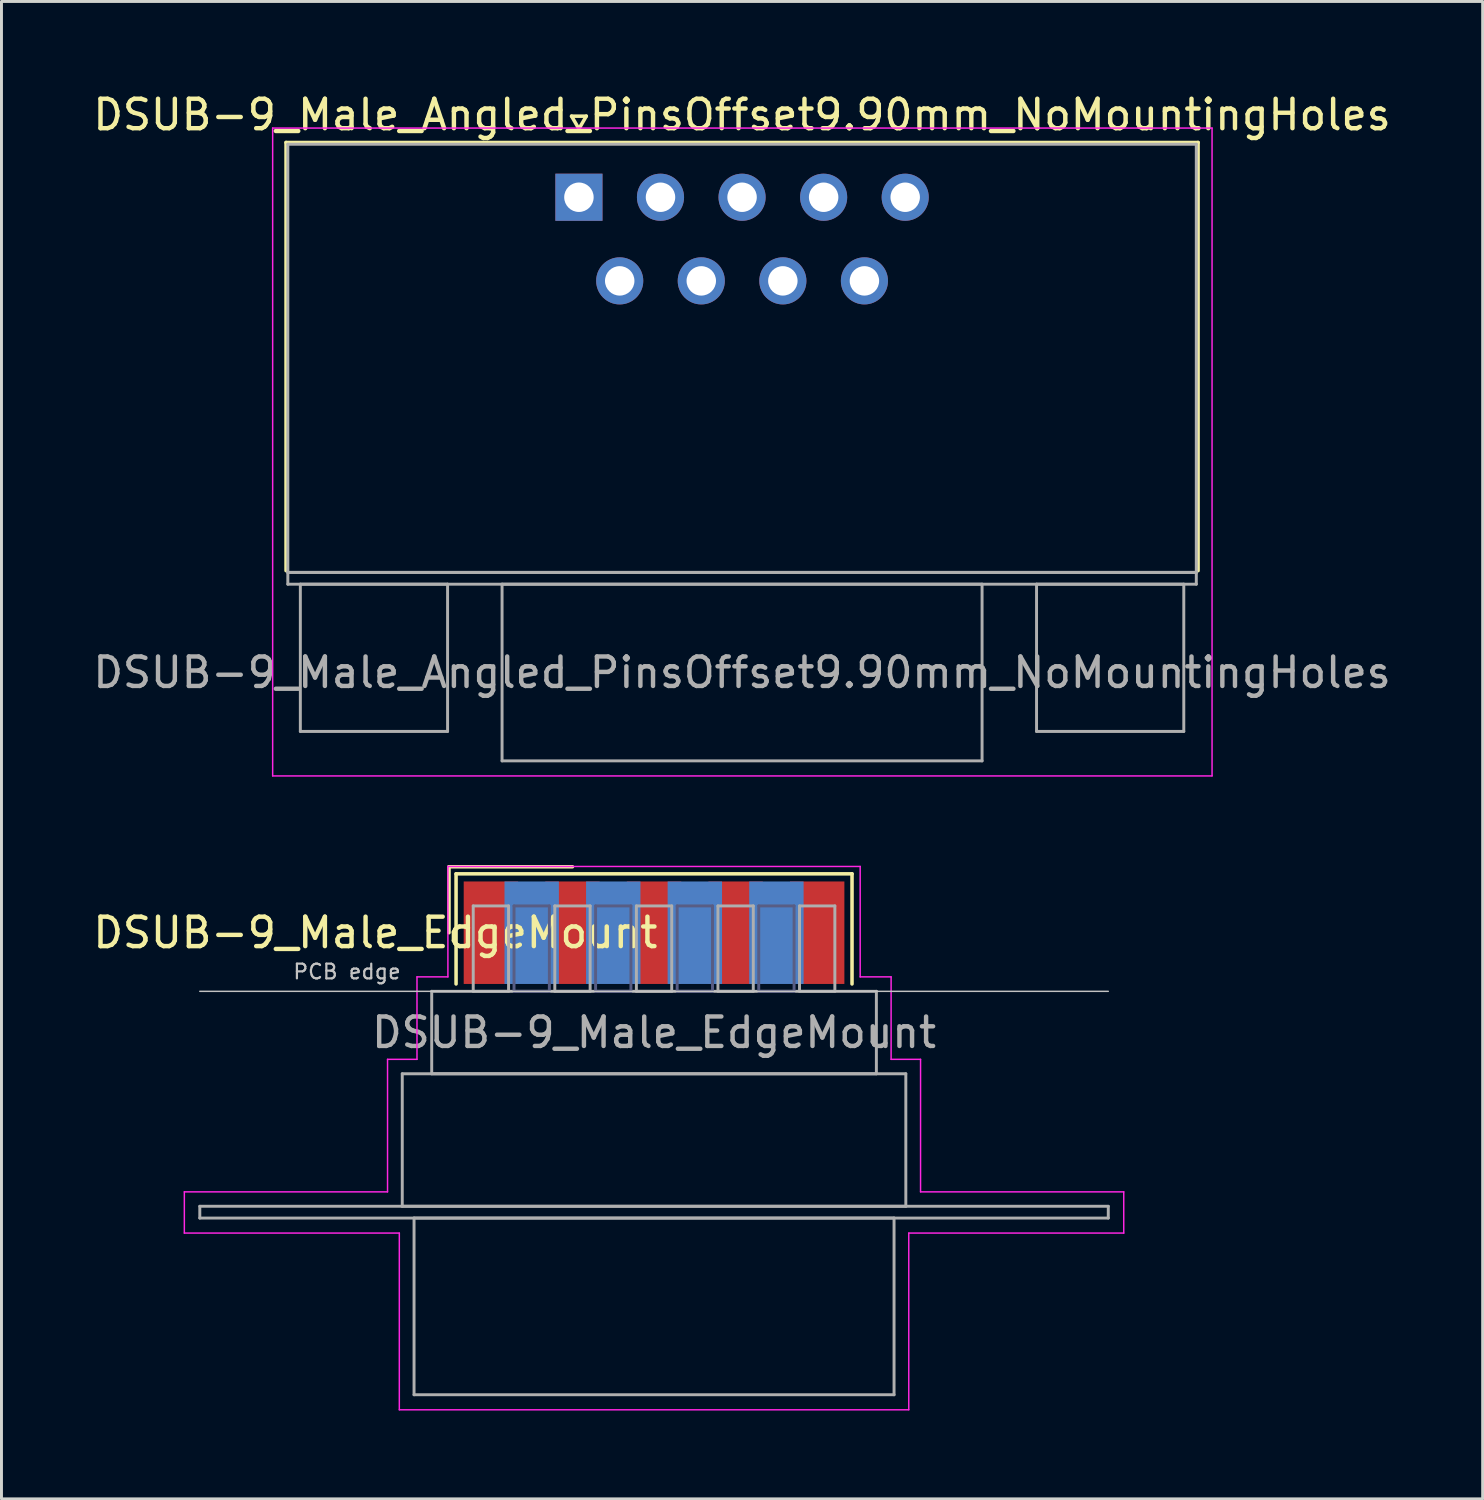
<source format=kicad_pcb>
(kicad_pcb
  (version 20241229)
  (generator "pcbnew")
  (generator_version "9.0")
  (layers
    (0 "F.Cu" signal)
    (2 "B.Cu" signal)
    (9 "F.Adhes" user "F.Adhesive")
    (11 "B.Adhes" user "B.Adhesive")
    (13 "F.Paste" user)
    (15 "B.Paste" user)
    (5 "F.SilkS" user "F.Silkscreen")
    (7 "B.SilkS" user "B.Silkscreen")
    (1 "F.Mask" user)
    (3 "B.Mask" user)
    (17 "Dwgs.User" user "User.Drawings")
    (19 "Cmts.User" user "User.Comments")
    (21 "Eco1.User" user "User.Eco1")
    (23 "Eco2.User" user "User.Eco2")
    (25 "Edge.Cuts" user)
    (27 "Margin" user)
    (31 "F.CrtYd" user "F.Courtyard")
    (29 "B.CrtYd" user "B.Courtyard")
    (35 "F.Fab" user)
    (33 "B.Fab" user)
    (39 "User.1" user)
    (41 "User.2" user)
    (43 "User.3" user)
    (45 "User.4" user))
  (footprint "DSUB-9_Male_Angled_PinsOffset9.90mm_NoMountingHoles"
    (layer "F.Cu")
    (at 16.609 3.648)
    (property "Reference" "DSUB-9_Male_Angled_PinsOffset9.90mm_NoMountingHoles" (at 5.54 -2.8 0) (layer "F.SilkS") (effects (font (size 1 1) (thickness 0.15))))
    (attr through_hole)
    (fp_line (start -9.945 -1.86) (end 21.025 -1.86) (stroke (width 0.12) (type solid)) (layer "F.SilkS"))
    (fp_line (start -9.945 12.68) (end -9.945 -1.86) (stroke (width 0.12) (type solid)) (layer "F.SilkS"))
    (fp_line (start -0.25 -2.754) (end 0.25 -2.754) (stroke (width 0.12) (type solid)) (layer "F.SilkS"))
    (fp_line (start 0 -2.321) (end -0.25 -2.754) (stroke (width 0.12) (type solid)) (layer "F.SilkS"))
    (fp_line (start 0.25 -2.754) (end 0 -2.321) (stroke (width 0.12) (type solid)) (layer "F.SilkS"))
    (fp_line (start 21.025 -1.86) (end 21.025 12.68) (stroke (width 0.12) (type solid)) (layer "F.SilkS"))
    (fp_line (start -10.4 -2.35) (end -10.4 19.65) (stroke (width 0.05) (type solid)) (layer "F.CrtYd"))
    (fp_line (start -10.4 19.65) (end 21.5 19.65) (stroke (width 0.05) (type solid)) (layer "F.CrtYd"))
    (fp_line (start 21.5 -2.35) (end -10.4 -2.35) (stroke (width 0.05) (type solid)) (layer "F.CrtYd"))
    (fp_line (start 21.5 19.65) (end 21.5 -2.35) (stroke (width 0.05) (type solid)) (layer "F.CrtYd"))
    (fp_line (start -9.885 -1.8) (end -9.885 12.74) (stroke (width 0.1) (type solid)) (layer "F.Fab"))
    (fp_line (start -9.885 12.74) (end -9.885 13.14) (stroke (width 0.1) (type solid)) (layer "F.Fab"))
    (fp_line (start -9.885 12.74) (end 20.965 12.74) (stroke (width 0.1) (type solid)) (layer "F.Fab"))
    (fp_line (start -9.885 13.14) (end 20.965 13.14) (stroke (width 0.1) (type solid)) (layer "F.Fab"))
    (fp_line (start -9.46 13.14) (end -9.46 18.14) (stroke (width 0.1) (type solid)) (layer "F.Fab"))
    (fp_line (start -9.46 18.14) (end -4.46 18.14) (stroke (width 0.1) (type solid)) (layer "F.Fab"))
    (fp_line (start -4.46 13.14) (end -9.46 13.14) (stroke (width 0.1) (type solid)) (layer "F.Fab"))
    (fp_line (start -4.46 18.14) (end -4.46 13.14) (stroke (width 0.1) (type solid)) (layer "F.Fab"))
    (fp_line (start -2.61 13.14) (end -2.61 19.14) (stroke (width 0.1) (type solid)) (layer "F.Fab"))
    (fp_line (start -2.61 19.14) (end 13.69 19.14) (stroke (width 0.1) (type solid)) (layer "F.Fab"))
    (fp_line (start 13.69 13.14) (end -2.61 13.14) (stroke (width 0.1) (type solid)) (layer "F.Fab"))
    (fp_line (start 13.69 19.14) (end 13.69 13.14) (stroke (width 0.1) (type solid)) (layer "F.Fab"))
    (fp_line (start 15.54 13.14) (end 15.54 18.14) (stroke (width 0.1) (type solid)) (layer "F.Fab"))
    (fp_line (start 15.54 18.14) (end 20.54 18.14) (stroke (width 0.1) (type solid)) (layer "F.Fab"))
    (fp_line (start 20.54 13.14) (end 15.54 13.14) (stroke (width 0.1) (type solid)) (layer "F.Fab"))
    (fp_line (start 20.54 18.14) (end 20.54 13.14) (stroke (width 0.1) (type solid)) (layer "F.Fab"))
    (fp_line (start 20.965 -1.8) (end -9.885 -1.8) (stroke (width 0.1) (type solid)) (layer "F.Fab"))
    (fp_line (start 20.965 12.74) (end -9.885 12.74) (stroke (width 0.1) (type solid)) (layer "F.Fab"))
    (fp_line (start 20.965 12.74) (end 20.965 -1.8) (stroke (width 0.1) (type solid)) (layer "F.Fab"))
    (fp_line (start 20.965 13.14) (end 20.965 12.74) (stroke (width 0.1) (type solid)) (layer "F.Fab"))
    (fp_text user "${REFERENCE}" (at 5.54 16.14 0) (layer "F.Fab") (effects (font (size 1 1) (thickness 0.15))))
    (pad "1" thru_hole rect (at 0 0) (size 1.6 1.6) (drill 1) (layers "*.Cu" "*.Mask"))
    (pad "2" thru_hole circle (at 2.77 0) (size 1.6 1.6) (drill 1) (layers "*.Cu" "*.Mask"))
    (pad "3" thru_hole circle (at 5.54 0) (size 1.6 1.6) (drill 1) (layers "*.Cu" "*.Mask"))
    (pad "4" thru_hole circle (at 8.31 0) (size 1.6 1.6) (drill 1) (layers "*.Cu" "*.Mask"))
    (pad "5" thru_hole circle (at 11.08 0) (size 1.6 1.6) (drill 1) (layers "*.Cu" "*.Mask"))
    (pad "6" thru_hole circle (at 1.385 2.84) (size 1.6 1.6) (drill 1) (layers "*.Cu" "*.Mask"))
    (pad "7" thru_hole circle (at 4.155 2.84) (size 1.6 1.6) (drill 1) (layers "*.Cu" "*.Mask"))
    (pad "8" thru_hole circle (at 6.925 2.84) (size 1.6 1.6) (drill 1) (layers "*.Cu" "*.Mask"))
    (pad "9" thru_hole circle (at 9.695 2.84) (size 1.6 1.6) (drill 1) (layers "*.Cu" "*.Mask")))
  (footprint "DSUB-9_Male_EdgeMount"
    (layer "F.Cu")
    (at 19.16 28.623)
    (property "Reference" "DSUB-9_Male_EdgeMount" (at -9.463 0 0) (layer "F.SilkS") (effects (font (size 1 1) (thickness 0.15))))
    (attr smd)
    (fp_line (start -6.963 -2.24) (end -2.77 -2.24) (stroke (width 0.12) (type solid)) (layer "F.SilkS"))
    (fp_line (start -6.963 0) (end -6.963 -2.24) (stroke (width 0.12) (type solid)) (layer "F.SilkS"))
    (fp_line (start -6.723 -2) (end -6.723 1.74) (stroke (width 0.12) (type solid)) (layer "F.SilkS"))
    (fp_line (start 6.723 -2) (end -6.723 -2) (stroke (width 0.12) (type solid)) (layer "F.SilkS"))
    (fp_line (start 6.723 1.74) (end 6.723 -2) (stroke (width 0.12) (type solid)) (layer "F.SilkS"))
    (fp_line (start -15.425 1.99) (end 15.425 1.99) (stroke (width 0.05) (type solid)) (layer "Dwgs.User"))
    (fp_line (start -15.95 8.8) (end -9.05 8.8) (stroke (width 0.05) (type solid)) (layer "F.CrtYd"))
    (fp_line (start -15.95 10.2) (end -15.95 8.8) (stroke (width 0.05) (type solid)) (layer "F.CrtYd"))
    (fp_line (start -9.05 4.3) (end -8.05 4.3) (stroke (width 0.05) (type solid)) (layer "F.CrtYd"))
    (fp_line (start -9.05 8.8) (end -9.05 4.3) (stroke (width 0.05) (type solid)) (layer "F.CrtYd"))
    (fp_line (start -8.65 10.2) (end -15.95 10.2) (stroke (width 0.05) (type solid)) (layer "F.CrtYd"))
    (fp_line (start -8.65 16.2) (end -8.65 10.2) (stroke (width 0.05) (type solid)) (layer "F.CrtYd"))
    (fp_line (start -8.05 1.5) (end -7 1.5) (stroke (width 0.05) (type solid)) (layer "F.CrtYd"))
    (fp_line (start -8.05 4.3) (end -8.05 1.5) (stroke (width 0.05) (type solid)) (layer "F.CrtYd"))
    (fp_line (start -7 -2.25) (end 7 -2.25) (stroke (width 0.05) (type solid)) (layer "F.CrtYd"))
    (fp_line (start -7 1.5) (end -7 -2.25) (stroke (width 0.05) (type solid)) (layer "F.CrtYd"))
    (fp_line (start 7 -2.25) (end 7 1.5) (stroke (width 0.05) (type solid)) (layer "F.CrtYd"))
    (fp_line (start 7 1.5) (end 8.05 1.5) (stroke (width 0.05) (type solid)) (layer "F.CrtYd"))
    (fp_line (start 8.05 1.5) (end 8.05 4.3) (stroke (width 0.05) (type solid)) (layer "F.CrtYd"))
    (fp_line (start 8.05 4.3) (end 9.05 4.3) (stroke (width 0.05) (type solid)) (layer "F.CrtYd"))
    (fp_line (start 8.65 10.2) (end 8.65 16.2) (stroke (width 0.05) (type solid)) (layer "F.CrtYd"))
    (fp_line (start 8.65 16.2) (end -8.65 16.2) (stroke (width 0.05) (type solid)) (layer "F.CrtYd"))
    (fp_line (start 9.05 4.3) (end 9.05 8.8) (stroke (width 0.05) (type solid)) (layer "F.CrtYd"))
    (fp_line (start 9.05 8.8) (end 15.95 8.8) (stroke (width 0.05) (type solid)) (layer "F.CrtYd"))
    (fp_line (start 15.95 8.8) (end 15.95 10.2) (stroke (width 0.05) (type solid)) (layer "F.CrtYd"))
    (fp_line (start 15.95 10.2) (end 8.65 10.2) (stroke (width 0.05) (type solid)) (layer "F.CrtYd"))
    (fp_line (start -4.755 -0.91) (end -4.755 1.99) (stroke (width 0.1) (type solid)) (layer "B.Fab"))
    (fp_line (start -4.755 1.99) (end -3.555 1.99) (stroke (width 0.1) (type solid)) (layer "B.Fab"))
    (fp_line (start -3.555 -0.91) (end -4.755 -0.91) (stroke (width 0.1) (type solid)) (layer "B.Fab"))
    (fp_line (start -3.555 1.99) (end -3.555 -0.91) (stroke (width 0.1) (type solid)) (layer "B.Fab"))
    (fp_line (start -1.985 -0.91) (end -1.985 1.99) (stroke (width 0.1) (type solid)) (layer "B.Fab"))
    (fp_line (start -1.985 1.99) (end -0.785 1.99) (stroke (width 0.1) (type solid)) (layer "B.Fab"))
    (fp_line (start -0.785 -0.91) (end -1.985 -0.91) (stroke (width 0.1) (type solid)) (layer "B.Fab"))
    (fp_line (start -0.785 1.99) (end -0.785 -0.91) (stroke (width 0.1) (type solid)) (layer "B.Fab"))
    (fp_line (start 0.785 -0.91) (end 0.785 1.99) (stroke (width 0.1) (type solid)) (layer "B.Fab"))
    (fp_line (start 0.785 1.99) (end 1.985 1.99) (stroke (width 0.1) (type solid)) (layer "B.Fab"))
    (fp_line (start 1.985 -0.91) (end 0.785 -0.91) (stroke (width 0.1) (type solid)) (layer "B.Fab"))
    (fp_line (start 1.985 1.99) (end 1.985 -0.91) (stroke (width 0.1) (type solid)) (layer "B.Fab"))
    (fp_line (start 3.555 -0.91) (end 3.555 1.99) (stroke (width 0.1) (type solid)) (layer "B.Fab"))
    (fp_line (start 3.555 1.99) (end 4.755 1.99) (stroke (width 0.1) (type solid)) (layer "B.Fab"))
    (fp_line (start 4.755 -0.91) (end 3.555 -0.91) (stroke (width 0.1) (type solid)) (layer "B.Fab"))
    (fp_line (start 4.755 1.99) (end 4.755 -0.91) (stroke (width 0.1) (type solid)) (layer "B.Fab"))
    (fp_line (start -15.425 9.29) (end -15.425 9.69) (stroke (width 0.1) (type solid)) (layer "F.Fab"))
    (fp_line (start -15.425 9.69) (end 15.425 9.69) (stroke (width 0.1) (type solid)) (layer "F.Fab"))
    (fp_line (start -8.55 4.79) (end -8.55 9.29) (stroke (width 0.1) (type solid)) (layer "F.Fab"))
    (fp_line (start -8.55 9.29) (end 8.55 9.29) (stroke (width 0.1) (type solid)) (layer "F.Fab"))
    (fp_line (start -8.15 9.69) (end -8.15 15.69) (stroke (width 0.1) (type solid)) (layer "F.Fab"))
    (fp_line (start -8.15 15.69) (end 8.15 15.69) (stroke (width 0.1) (type solid)) (layer "F.Fab"))
    (fp_line (start -7.55 1.99) (end -7.55 4.79) (stroke (width 0.1) (type solid)) (layer "F.Fab"))
    (fp_line (start -7.55 4.79) (end 7.55 4.79) (stroke (width 0.1) (type solid)) (layer "F.Fab"))
    (fp_line (start -6.14 -0.91) (end -6.14 1.99) (stroke (width 0.1) (type solid)) (layer "F.Fab"))
    (fp_line (start -6.14 1.99) (end -4.94 1.99) (stroke (width 0.1) (type solid)) (layer "F.Fab"))
    (fp_line (start -4.94 -0.91) (end -6.14 -0.91) (stroke (width 0.1) (type solid)) (layer "F.Fab"))
    (fp_line (start -4.94 1.99) (end -4.94 -0.91) (stroke (width 0.1) (type solid)) (layer "F.Fab"))
    (fp_line (start -3.37 -0.91) (end -3.37 1.99) (stroke (width 0.1) (type solid)) (layer "F.Fab"))
    (fp_line (start -3.37 1.99) (end -2.17 1.99) (stroke (width 0.1) (type solid)) (layer "F.Fab"))
    (fp_line (start -2.17 -0.91) (end -3.37 -0.91) (stroke (width 0.1) (type solid)) (layer "F.Fab"))
    (fp_line (start -2.17 1.99) (end -2.17 -0.91) (stroke (width 0.1) (type solid)) (layer "F.Fab"))
    (fp_line (start -0.6 -0.91) (end -0.6 1.99) (stroke (width 0.1) (type solid)) (layer "F.Fab"))
    (fp_line (start -0.6 1.99) (end 0.6 1.99) (stroke (width 0.1) (type solid)) (layer "F.Fab"))
    (fp_line (start 0.6 -0.91) (end -0.6 -0.91) (stroke (width 0.1) (type solid)) (layer "F.Fab"))
    (fp_line (start 0.6 1.99) (end 0.6 -0.91) (stroke (width 0.1) (type solid)) (layer "F.Fab"))
    (fp_line (start 2.17 -0.91) (end 2.17 1.99) (stroke (width 0.1) (type solid)) (layer "F.Fab"))
    (fp_line (start 2.17 1.99) (end 3.37 1.99) (stroke (width 0.1) (type solid)) (layer "F.Fab"))
    (fp_line (start 3.37 -0.91) (end 2.17 -0.91) (stroke (width 0.1) (type solid)) (layer "F.Fab"))
    (fp_line (start 3.37 1.99) (end 3.37 -0.91) (stroke (width 0.1) (type solid)) (layer "F.Fab"))
    (fp_line (start 4.94 -0.91) (end 4.94 1.99) (stroke (width 0.1) (type solid)) (layer "F.Fab"))
    (fp_line (start 4.94 1.99) (end 6.14 1.99) (stroke (width 0.1) (type solid)) (layer "F.Fab"))
    (fp_line (start 6.14 -0.91) (end 4.94 -0.91) (stroke (width 0.1) (type solid)) (layer "F.Fab"))
    (fp_line (start 6.14 1.99) (end 6.14 -0.91) (stroke (width 0.1) (type solid)) (layer "F.Fab"))
    (fp_line (start 7.55 1.99) (end -7.55 1.99) (stroke (width 0.1) (type solid)) (layer "F.Fab"))
    (fp_line (start 7.55 4.79) (end 7.55 1.99) (stroke (width 0.1) (type solid)) (layer "F.Fab"))
    (fp_line (start 8.15 9.69) (end -8.15 9.69) (stroke (width 0.1) (type solid)) (layer "F.Fab"))
    (fp_line (start 8.15 15.69) (end 8.15 9.69) (stroke (width 0.1) (type solid)) (layer "F.Fab"))
    (fp_line (start 8.55 4.79) (end -8.55 4.79) (stroke (width 0.1) (type solid)) (layer "F.Fab"))
    (fp_line (start 8.55 9.29) (end 8.55 4.79) (stroke (width 0.1) (type solid)) (layer "F.Fab"))
    (fp_line (start 15.425 9.29) (end -15.425 9.29) (stroke (width 0.1) (type solid)) (layer "F.Fab"))
    (fp_line (start 15.425 9.69) (end 15.425 9.29) (stroke (width 0.1) (type solid)) (layer "F.Fab"))
    (fp_text user "PCB edge" (at -10.425 1.323 0) (layer "Dwgs.User") (effects (font (size 0.5 0.5) (thickness 0.075))))
    (fp_text user "${REFERENCE}" (at 0 3.39 0) (layer "F.Fab") (effects (font (size 1 1) (thickness 0.15))))
    (pad "1" smd rect (at -5.54 0) (size 1.847 3.48) (layers "F.Cu" "F.Mask" "F.Paste"))
    (pad "2" smd rect (at -2.77 0) (size 1.847 3.48) (layers "F.Cu" "F.Mask" "F.Paste"))
    (pad "3" smd rect (at 0 0) (size 1.847 3.48) (layers "F.Cu" "F.Mask" "F.Paste"))
    (pad "4" smd rect (at 2.77 0) (size 1.847 3.48) (layers "F.Cu" "F.Mask" "F.Paste"))
    (pad "5" smd rect (at 5.54 0) (size 1.847 3.48) (layers "F.Cu" "F.Mask" "F.Paste"))
    (pad "6" smd rect (at -4.155 0) (size 1.847 3.48) (layers "B.Cu" "B.Mask" "B.Paste"))
    (pad "7" smd rect (at -1.385 0) (size 1.847 3.48) (layers "B.Cu" "B.Mask" "B.Paste"))
    (pad "8" smd rect (at 1.385 0) (size 1.847 3.48) (layers "B.Cu" "B.Mask" "B.Paste"))
    (pad "9" smd rect (at 4.155 0) (size 1.847 3.48) (layers "B.Cu" "B.Mask" "B.Paste")))
  (gr_rect
    (start -3 -3)
    (end 47.298 47.848)
    (stroke (width 0.1) (type default))
    (fill no)
    (layer "Edge.Cuts")))
</source>
